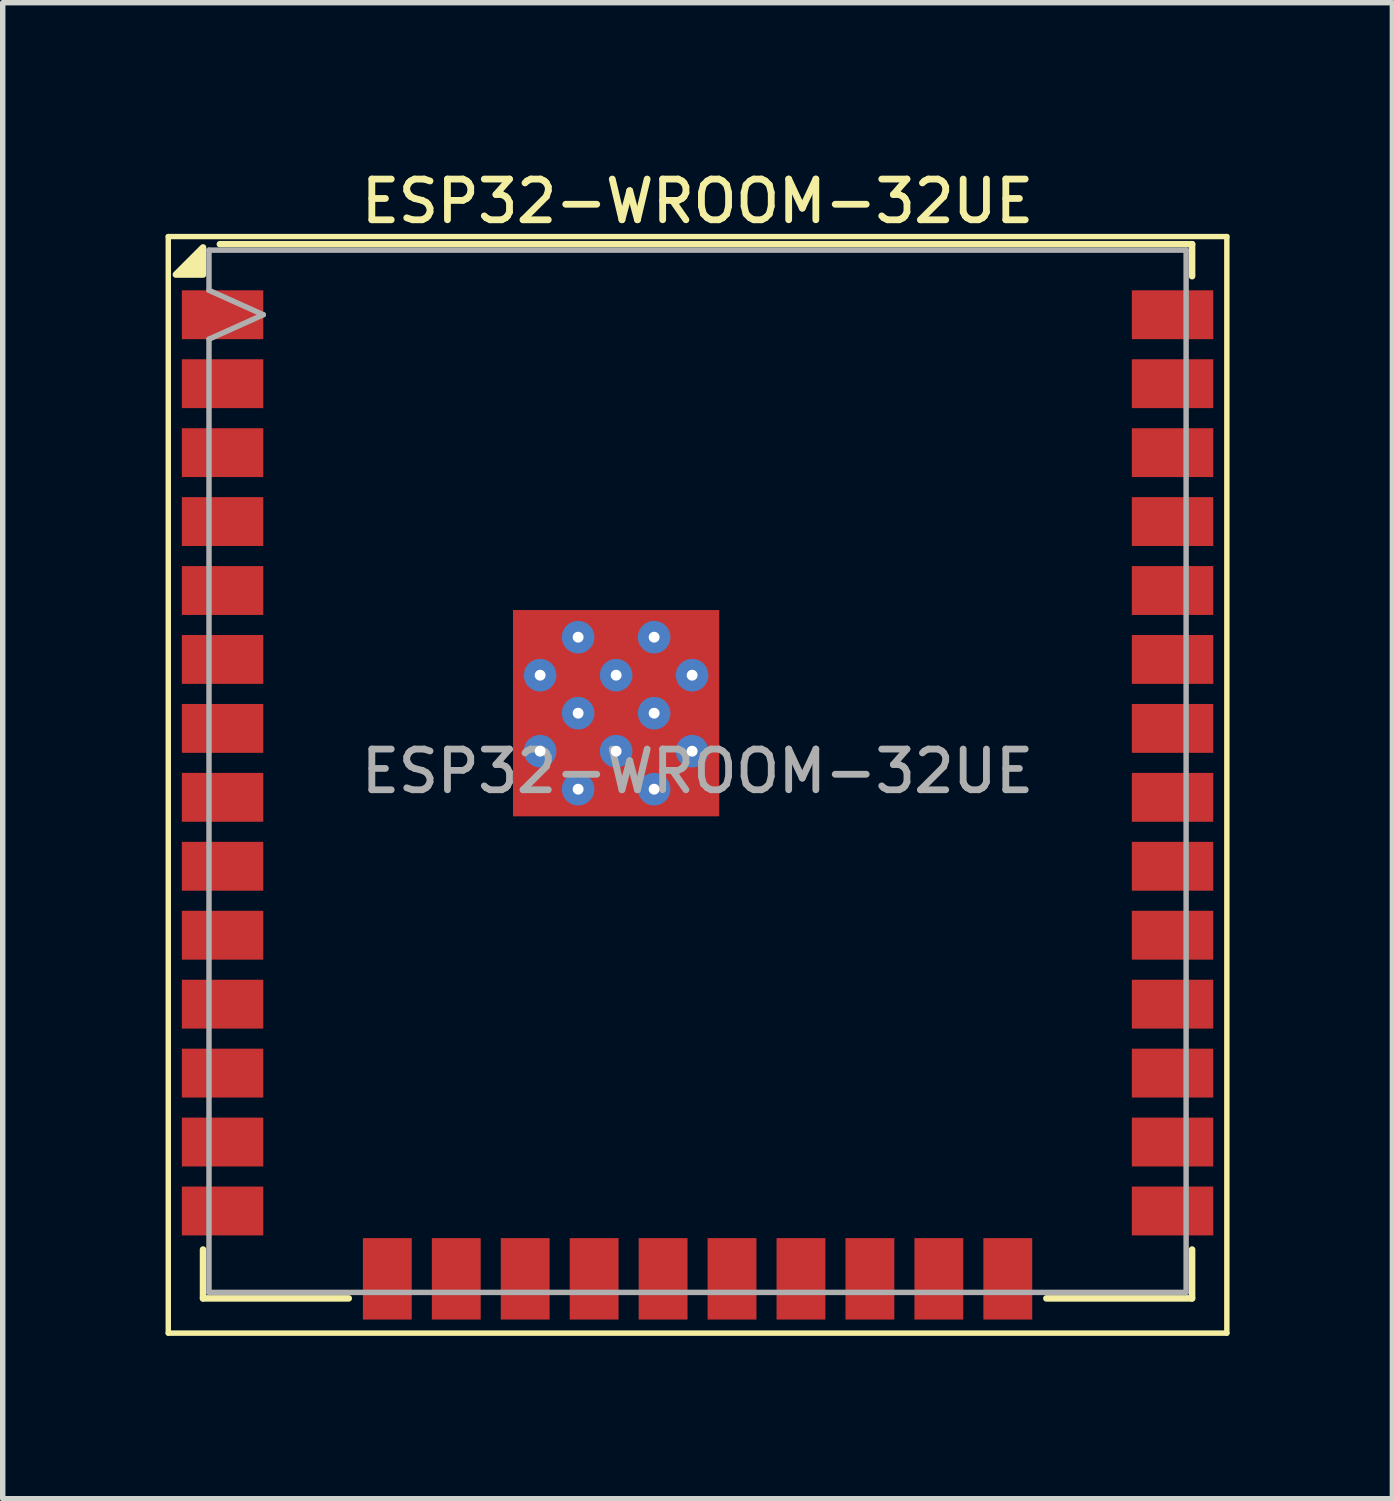
<source format=kicad_pcb>
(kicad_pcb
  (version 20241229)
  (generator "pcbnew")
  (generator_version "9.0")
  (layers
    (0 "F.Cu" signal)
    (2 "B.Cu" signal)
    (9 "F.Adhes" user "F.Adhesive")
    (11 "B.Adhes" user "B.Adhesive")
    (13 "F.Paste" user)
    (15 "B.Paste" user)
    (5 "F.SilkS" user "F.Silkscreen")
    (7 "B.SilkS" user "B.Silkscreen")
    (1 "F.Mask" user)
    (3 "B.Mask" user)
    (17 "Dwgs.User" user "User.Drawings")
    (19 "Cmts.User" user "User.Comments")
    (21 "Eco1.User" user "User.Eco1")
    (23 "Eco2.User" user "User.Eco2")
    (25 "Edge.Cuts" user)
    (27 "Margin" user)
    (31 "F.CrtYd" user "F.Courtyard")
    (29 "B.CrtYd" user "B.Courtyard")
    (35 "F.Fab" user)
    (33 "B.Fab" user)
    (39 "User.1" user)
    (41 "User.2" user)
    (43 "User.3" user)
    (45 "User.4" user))
  (footprint "ESP32-WROOM-32UE"
    (layer "F.Cu")
    (at 9.8 11.158)
    (property "Reference" "ESP32-WROOM-32UE" (at 0 -10.5 0) (unlocked yes) (layer "F.SilkS") (effects (font (size 0.75 0.75) (thickness 0.125))))
    (attr smd)
    (fp_line (start -9.75 -9.85) (end -9.75 10.35) (stroke (width 0.1) (type solid)) (layer "F.SilkS"))
    (fp_line (start -9.75 -9.85) (end 9.75 -9.85) (stroke (width 0.1) (type solid)) (layer "F.SilkS"))
    (fp_line (start -9.75 10.35) (end 9.75 10.35) (stroke (width 0.1) (type solid)) (layer "F.SilkS"))
    (fp_line (start -9.11 8.81) (end -9.11 9.71) (stroke (width 0.12) (type solid)) (layer "F.SilkS"))
    (fp_line (start -9.11 9.71) (end -6.425 9.71) (stroke (width 0.12) (type solid)) (layer "F.SilkS"))
    (fp_line (start -8.8 -9.71) (end 9.11 -9.71) (stroke (width 0.12) (type solid)) (layer "F.SilkS"))
    (fp_line (start 6.425 9.71) (end 9.11 9.71) (stroke (width 0.12) (type solid)) (layer "F.SilkS"))
    (fp_line (start 9.11 -9.71) (end 9.11 -9.12) (stroke (width 0.12) (type solid)) (layer "F.SilkS"))
    (fp_line (start 9.11 8.81) (end 9.11 9.71) (stroke (width 0.12) (type solid)) (layer "F.SilkS"))
    (fp_line (start 9.75 -9.85) (end 9.75 10.35) (stroke (width 0.1) (type solid)) (layer "F.SilkS"))
    (fp_poly (pts (xy -9.11 -9.15) (xy -9.61 -9.15) (xy -9.11 -9.65) (xy -9.11 -9.15)) (stroke (width 0.12) (type solid)) (fill yes) (layer "F.SilkS"))
    (fp_line (start -9 -9.6) (end -9 -8.86) (stroke (width 0.1) (type solid)) (layer "F.Fab"))
    (fp_line (start -9 -9.6) (end 9 -9.6) (stroke (width 0.1) (type solid)) (layer "F.Fab"))
    (fp_line (start -9 -7.96) (end -9 9.6) (stroke (width 0.1) (type solid)) (layer "F.Fab"))
    (fp_line (start -9 9.6) (end 9 9.6) (stroke (width 0.1) (type solid)) (layer "F.Fab"))
    (fp_line (start -8 -8.41) (end -9 -8.86) (stroke (width 0.1) (type solid)) (layer "F.Fab"))
    (fp_line (start -8 -8.41) (end -9 -7.96) (stroke (width 0.1) (type solid)) (layer "F.Fab"))
    (fp_line (start 9 -9.6) (end 9 9.6) (stroke (width 0.1) (type solid)) (layer "F.Fab"))
    (fp_text user "${REFERENCE}" (at 0 0 0) (unlocked yes) (layer "F.Fab") (effects (font (size 0.75 0.75) (thickness 0.125))))
    (pad "1" smd rect (at -8.75 -8.41) (size 1.5 0.9) (layers "F.Cu" "F.Mask" "F.Paste"))
    (pad "2" smd rect (at -8.75 -7.14) (size 1.5 0.9) (layers "F.Cu" "F.Mask" "F.Paste"))
    (pad "3" smd rect (at -8.75 -5.87) (size 1.5 0.9) (layers "F.Cu" "F.Mask" "F.Paste"))
    (pad "4" smd rect (at -8.75 -4.6) (size 1.5 0.9) (layers "F.Cu" "F.Mask" "F.Paste"))
    (pad "5" smd rect (at -8.75 -3.33) (size 1.5 0.9) (layers "F.Cu" "F.Mask" "F.Paste"))
    (pad "6" smd rect (at -8.75 -2.06) (size 1.5 0.9) (layers "F.Cu" "F.Mask" "F.Paste"))
    (pad "7" smd rect (at -8.75 -0.79) (size 1.5 0.9) (layers "F.Cu" "F.Mask" "F.Paste"))
    (pad "8" smd rect (at -8.75 0.48) (size 1.5 0.9) (layers "F.Cu" "F.Mask" "F.Paste"))
    (pad "9" smd rect (at -8.75 1.75) (size 1.5 0.9) (layers "F.Cu" "F.Mask" "F.Paste"))
    (pad "10" smd rect (at -8.75 3.02) (size 1.5 0.9) (layers "F.Cu" "F.Mask" "F.Paste"))
    (pad "11" smd rect (at -8.75 4.29) (size 1.5 0.9) (layers "F.Cu" "F.Mask" "F.Paste"))
    (pad "12" smd rect (at -8.75 5.56) (size 1.5 0.9) (layers "F.Cu" "F.Mask" "F.Paste"))
    (pad "13" smd rect (at -8.75 6.83) (size 1.5 0.9) (layers "F.Cu" "F.Mask" "F.Paste"))
    (pad "14" smd rect (at -8.75 8.1) (size 1.5 0.9) (layers "F.Cu" "F.Mask" "F.Paste"))
    (pad "15" smd rect (at -5.715 9.35 90) (size 1.5 0.9) (layers "F.Cu" "F.Mask" "F.Paste"))
    (pad "16" smd rect (at -4.445 9.35 90) (size 1.5 0.9) (layers "F.Cu" "F.Mask" "F.Paste"))
    (pad "17" smd rect (at -3.175 9.35 90) (size 1.5 0.9) (layers "F.Cu" "F.Mask" "F.Paste"))
    (pad "18" smd rect (at -1.905 9.35 90) (size 1.5 0.9) (layers "F.Cu" "F.Mask" "F.Paste"))
    (pad "19" smd rect (at -0.635 9.35 90) (size 1.5 0.9) (layers "F.Cu" "F.Mask" "F.Paste"))
    (pad "20" smd rect (at 0.635 9.35 90) (size 1.5 0.9) (layers "F.Cu" "F.Mask" "F.Paste"))
    (pad "21" smd rect (at 1.905 9.35 90) (size 1.5 0.9) (layers "F.Cu" "F.Mask" "F.Paste"))
    (pad "22" smd rect (at 3.175 9.35 90) (size 1.5 0.9) (layers "F.Cu" "F.Mask" "F.Paste"))
    (pad "23" smd rect (at 4.445 9.35 90) (size 1.5 0.9) (layers "F.Cu" "F.Mask" "F.Paste"))
    (pad "24" smd rect (at 5.715 9.35 90) (size 1.5 0.9) (layers "F.Cu" "F.Mask" "F.Paste"))
    (pad "25" smd rect (at 8.75 8.1) (size 1.5 0.9) (layers "F.Cu" "F.Mask" "F.Paste"))
    (pad "26" smd rect (at 8.75 6.83) (size 1.5 0.9) (layers "F.Cu" "F.Mask" "F.Paste"))
    (pad "27" smd rect (at 8.75 5.56) (size 1.5 0.9) (layers "F.Cu" "F.Mask" "F.Paste"))
    (pad "28" smd rect (at 8.75 4.29) (size 1.5 0.9) (layers "F.Cu" "F.Mask" "F.Paste"))
    (pad "29" smd rect (at 8.75 3.02) (size 1.5 0.9) (layers "F.Cu" "F.Mask" "F.Paste"))
    (pad "30" smd rect (at 8.75 1.75) (size 1.5 0.9) (layers "F.Cu" "F.Mask" "F.Paste"))
    (pad "31" smd rect (at 8.75 0.48) (size 1.5 0.9) (layers "F.Cu" "F.Mask" "F.Paste"))
    (pad "32" smd rect (at 8.75 -0.79) (size 1.5 0.9) (layers "F.Cu" "F.Mask" "F.Paste"))
    (pad "33" smd rect (at 8.75 -2.06) (size 1.5 0.9) (layers "F.Cu" "F.Mask" "F.Paste"))
    (pad "34" smd rect (at 8.75 -3.33) (size 1.5 0.9) (layers "F.Cu" "F.Mask" "F.Paste"))
    (pad "35" smd rect (at 8.75 -4.6) (size 1.5 0.9) (layers "F.Cu" "F.Mask" "F.Paste"))
    (pad "36" smd rect (at 8.75 -5.87) (size 1.5 0.9) (layers "F.Cu" "F.Mask" "F.Paste"))
    (pad "37" smd rect (at 8.75 -7.14) (size 1.5 0.9) (layers "F.Cu" "F.Mask" "F.Paste"))
    (pad "38" smd rect (at 8.75 -8.41) (size 1.5 0.9) (layers "F.Cu" "F.Mask" "F.Paste"))
    (pad "39" smd rect (at -2.9 -2.47) (size 0.9 0.9) (layers "F.Cu" "F.Paste"))
    (pad "39" thru_hole circle (at -2.9 -1.77) (size 0.6 0.6) (drill 0.2) (property pad_prop_heatsink) (layers "*.Cu" "F.Mask"))
    (pad "39" smd rect (at -2.9 -1.07) (size 0.9 0.9) (layers "F.Cu" "F.Paste"))
    (pad "39" thru_hole circle (at -2.9 -0.37) (size 0.6 0.6) (drill 0.2) (property pad_prop_heatsink) (layers "*.Cu" "F.Mask"))
    (pad "39" smd rect (at -2.9 0.33) (size 0.9 0.9) (layers "F.Cu" "F.Paste"))
    (pad "39" thru_hole circle (at -2.2 -2.47) (size 0.6 0.6) (drill 0.2) (property pad_prop_heatsink) (layers "*.Cu" "F.Mask"))
    (pad "39" thru_hole circle (at -2.2 -1.07) (size 0.6 0.6) (drill 0.2) (property pad_prop_heatsink) (layers "*.Cu" "F.Mask"))
    (pad "39" thru_hole circle (at -2.2 0.33) (size 0.6 0.6) (drill 0.2) (property pad_prop_heatsink) (layers "*.Cu" "F.Mask"))
    (pad "39" smd rect (at -1.5 -2.47) (size 0.9 0.9) (layers "F.Cu" "F.Paste"))
    (pad "39" thru_hole circle (at -1.5 -1.77) (size 0.6 0.6) (drill 0.2) (property pad_prop_heatsink) (layers "*.Cu" "F.Mask"))
    (pad "39" smd rect (at -1.5 -1.07) (size 0.9 0.9) (layers "F.Cu" "F.Paste"))
    (pad "39" smd rect (at -1.5 -1.07) (size 3.8 3.8) (layers "F.Cu" "F.Mask"))
    (pad "39" thru_hole circle (at -1.5 -0.37) (size 0.6 0.6) (drill 0.2) (property pad_prop_heatsink) (layers "*.Cu" "F.Mask"))
    (pad "39" smd rect (at -1.5 0.33) (size 0.9 0.9) (layers "F.Cu" "F.Paste"))
    (pad "39" thru_hole circle (at -0.8 -2.47) (size 0.6 0.6) (drill 0.2) (property pad_prop_heatsink) (layers "*.Cu" "F.Mask"))
    (pad "39" thru_hole circle (at -0.8 -1.07) (size 0.6 0.6) (drill 0.2) (property pad_prop_heatsink) (layers "*.Cu" "F.Mask"))
    (pad "39" thru_hole circle (at -0.8 0.33) (size 0.6 0.6) (drill 0.2) (property pad_prop_heatsink) (layers "*.Cu" "F.Mask"))
    (pad "39" smd rect (at -0.1 -2.47) (size 0.9 0.9) (layers "F.Cu" "F.Paste"))
    (pad "39" thru_hole circle (at -0.1 -1.77) (size 0.6 0.6) (drill 0.2) (property pad_prop_heatsink) (layers "*.Cu" "F.Mask"))
    (pad "39" smd rect (at -0.1 -1.07) (size 0.9 0.9) (layers "F.Cu" "F.Paste"))
    (pad "39" thru_hole circle (at -0.1 -0.37) (size 0.6 0.6) (drill 0.2) (property pad_prop_heatsink) (layers "*.Cu" "F.Mask"))
    (pad "39" smd rect (at -0.1 0.33) (size 0.9 0.9) (layers "F.Cu" "F.Paste")))
  (gr_rect
    (start -3 -3)
    (end 22.6 24.558)
    (stroke (width 0.1) (type default))
    (fill no)
    (layer "Edge.Cuts")))
</source>
